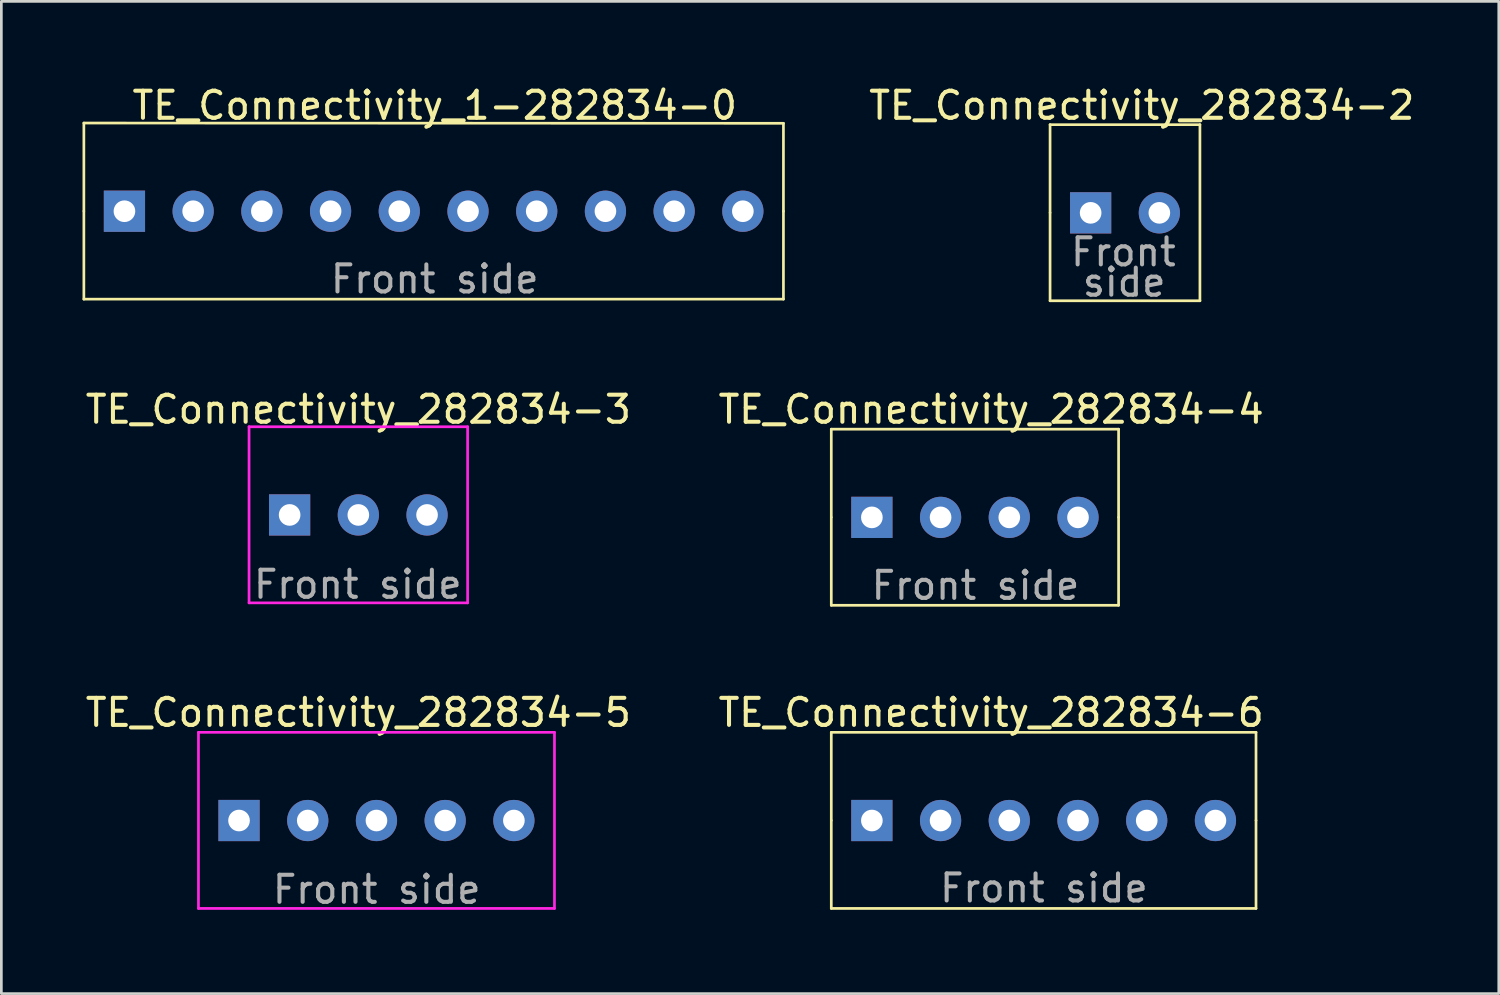
<source format=kicad_pcb>
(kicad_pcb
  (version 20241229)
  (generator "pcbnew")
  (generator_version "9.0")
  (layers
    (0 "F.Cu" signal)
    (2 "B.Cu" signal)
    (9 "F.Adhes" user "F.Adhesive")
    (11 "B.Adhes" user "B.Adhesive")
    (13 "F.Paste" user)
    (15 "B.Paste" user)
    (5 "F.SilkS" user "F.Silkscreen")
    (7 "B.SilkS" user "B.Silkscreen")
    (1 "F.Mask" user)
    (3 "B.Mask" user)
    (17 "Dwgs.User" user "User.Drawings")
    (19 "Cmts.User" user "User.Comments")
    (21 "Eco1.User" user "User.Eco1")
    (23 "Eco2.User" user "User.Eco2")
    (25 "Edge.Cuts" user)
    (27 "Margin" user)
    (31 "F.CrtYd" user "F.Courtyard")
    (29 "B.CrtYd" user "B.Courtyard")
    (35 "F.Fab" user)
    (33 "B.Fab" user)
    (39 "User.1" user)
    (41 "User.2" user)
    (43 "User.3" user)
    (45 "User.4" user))
  (footprint "TE_Connectivity_282834-5"
    (layer "F.Cu")
    (at 5.786 27.281)
    (property "Reference" "TE_Connectivity_282834-5" (at 4.41 -3.99 0) (layer "F.SilkS") (effects (font (size 1 1) (thickness 0.15))))
    (attr through_hole)
    (fp_line (start -1.5 -3.26) (end -1.5 3.25) (stroke (width 0.1) (type solid)) (layer "F.CrtYd"))
    (fp_line (start -1.5 3.25) (end 11.66 3.25) (stroke (width 0.1) (type solid)) (layer "F.CrtYd"))
    (fp_line (start 11.66 -3.26) (end -1.5 -3.26) (stroke (width 0.1) (type solid)) (layer "F.CrtYd"))
    (fp_line (start 11.66 3.25) (end 11.66 -3.26) (stroke (width 0.1) (type solid)) (layer "F.CrtYd"))
    (fp_text user "Front side" (at 5.09 2.55 0) (layer "F.Fab") (effects (font (size 1 1) (thickness 0.15))))
    (pad "1" thru_hole rect (at 0 0) (size 1.524 1.524) (drill 0.8) (layers "*.Cu" "*.Mask"))
    (pad "2" thru_hole circle (at 2.54 0) (size 1.524 1.524) (drill 0.8) (layers "*.Cu" "*.Mask"))
    (pad "3" thru_hole circle (at 5.08 0) (size 1.524 1.524) (drill 0.8) (layers "*.Cu" "*.Mask"))
    (pad "4" thru_hole circle (at 7.62 0) (size 1.524 1.524) (drill 0.8) (layers "*.Cu" "*.Mask"))
    (pad "5" thru_hole circle (at 10.16 0) (size 1.524 1.524) (drill 0.8) (layers "*.Cu" "*.Mask")))
  (footprint "TE_Connectivity_1-282834-0"
    (layer "F.Cu")
    (at 1.55 4.758)
    (property "Reference" "TE_Connectivity_1-282834-0" (at 11.47 -3.91 0) (layer "F.SilkS") (effects (font (size 1 1) (thickness 0.15))))
    (attr through_hole)
    (fp_line (start -1.5 -3.26) (end -1.5 -0.01) (stroke (width 0.1) (type solid)) (layer "F.SilkS"))
    (fp_line (start -1.5 0) (end -1.5 3.25) (stroke (width 0.1) (type solid)) (layer "F.SilkS"))
    (fp_line (start -1.5 3.25) (end 24.36 3.25) (stroke (width 0.1) (type solid)) (layer "F.SilkS"))
    (fp_line (start 24.36 -3.25) (end -1.5 -3.26) (stroke (width 0.1) (type solid)) (layer "F.SilkS"))
    (fp_line (start 24.36 0) (end 24.36 -3.25) (stroke (width 0.1) (type solid)) (layer "F.SilkS"))
    (fp_line (start 24.36 3.25) (end 24.36 0) (stroke (width 0.1) (type solid)) (layer "F.SilkS"))
    (fp_text user "Front side" (at 11.47 2.51 0) (layer "F.Fab") (effects (font (size 1 1) (thickness 0.15))))
    (pad "1" thru_hole rect (at 0 0) (size 1.524 1.524) (drill 0.8) (layers "*.Cu" "*.Mask"))
    (pad "2" thru_hole circle (at 2.54 0) (size 1.524 1.524) (drill 0.8) (layers "*.Cu" "*.Mask"))
    (pad "3" thru_hole circle (at 5.08 0) (size 1.524 1.524) (drill 0.8) (layers "*.Cu" "*.Mask"))
    (pad "4" thru_hole circle (at 7.62 0) (size 1.524 1.524) (drill 0.8) (layers "*.Cu" "*.Mask"))
    (pad "5" thru_hole circle (at 10.16 0) (size 1.524 1.524) (drill 0.8) (layers "*.Cu" "*.Mask"))
    (pad "6" thru_hole circle (at 12.7 0) (size 1.524 1.524) (drill 0.8) (layers "*.Cu" "*.Mask"))
    (pad "7" thru_hole circle (at 15.24 0) (size 1.524 1.524) (drill 0.8) (layers "*.Cu" "*.Mask"))
    (pad "8" thru_hole circle (at 17.78 0) (size 1.524 1.524) (drill 0.8) (layers "*.Cu" "*.Mask"))
    (pad "9" thru_hole circle (at 20.32 0) (size 1.524 1.524) (drill 0.8) (layers "*.Cu" "*.Mask"))
    (pad "10" thru_hole circle (at 22.86 0) (size 1.524 1.524) (drill 0.8) (layers "*.Cu" "*.Mask")))
  (footprint "TE_Connectivity_282834-6"
    (layer "F.Cu")
    (at 29.179 27.281)
    (property "Reference" "TE_Connectivity_282834-6" (at 4.41 -3.99 0) (layer "F.SilkS") (effects (font (size 1 1) (thickness 0.15))))
    (attr through_hole)
    (fp_line (start -1.5 -3.26) (end -1.5 -0.01) (stroke (width 0.1) (type solid)) (layer "F.SilkS"))
    (fp_line (start -1.5 0) (end -1.5 3.25) (stroke (width 0.1) (type solid)) (layer "F.SilkS"))
    (fp_line (start -1.5 3.25) (end 14.2 3.25) (stroke (width 0.1) (type solid)) (layer "F.SilkS"))
    (fp_line (start 14.2 -3.26) (end -1.5 -3.26) (stroke (width 0.1) (type solid)) (layer "F.SilkS"))
    (fp_line (start 14.2 -0.01) (end 14.2 -3.26) (stroke (width 0.1) (type solid)) (layer "F.SilkS"))
    (fp_line (start 14.2 3.25) (end 14.2 0) (stroke (width 0.1) (type solid)) (layer "F.SilkS"))
    (fp_text user "Front side" (at 6.36 2.5 0) (layer "F.Fab") (effects (font (size 1 1) (thickness 0.15))))
    (pad "1" thru_hole rect (at 0 0) (size 1.524 1.524) (drill 0.8) (layers "*.Cu" "*.Mask"))
    (pad "2" thru_hole circle (at 2.54 0) (size 1.524 1.524) (drill 0.8) (layers "*.Cu" "*.Mask"))
    (pad "3" thru_hole circle (at 5.08 0) (size 1.524 1.524) (drill 0.8) (layers "*.Cu" "*.Mask"))
    (pad "4" thru_hole circle (at 7.62 0) (size 1.524 1.524) (drill 0.8) (layers "*.Cu" "*.Mask"))
    (pad "5" thru_hole circle (at 10.16 0) (size 1.524 1.524) (drill 0.8) (layers "*.Cu" "*.Mask"))
    (pad "6" thru_hole circle (at 12.7 0) (size 1.524 1.524) (drill 0.8) (layers "*.Cu" "*.Mask")))
  (footprint "TE_Connectivity_282834-3"
    (layer "F.Cu")
    (at 7.656 15.985)
    (property "Reference" "TE_Connectivity_282834-3" (at 2.54 -3.9 0) (layer "F.SilkS") (effects (font (size 1 1) (thickness 0.15))))
    (attr through_hole)
    (fp_line (start -1.5 -3.26) (end -1.5 3.25) (stroke (width 0.1) (type solid)) (layer "F.CrtYd"))
    (fp_line (start -1.5 3.25) (end 6.58 3.25) (stroke (width 0.1) (type solid)) (layer "F.CrtYd"))
    (fp_line (start 6.58 -3.26) (end -1.5 -3.26) (stroke (width 0.1) (type solid)) (layer "F.CrtYd"))
    (fp_line (start 6.58 3.25) (end 6.58 -3.26) (stroke (width 0.1) (type solid)) (layer "F.CrtYd"))
    (fp_text user "Front side" (at 2.52 2.57 0) (layer "F.Fab") (effects (font (size 1 1) (thickness 0.15))))
    (pad "1" thru_hole rect (at 0 0) (size 1.524 1.524) (drill 0.8) (layers "*.Cu" "*.Mask"))
    (pad "2" thru_hole circle (at 2.54 0) (size 1.524 1.524) (drill 0.8) (layers "*.Cu" "*.Mask"))
    (pad "3" thru_hole circle (at 5.08 0) (size 1.524 1.524) (drill 0.8) (layers "*.Cu" "*.Mask")))
  (footprint "TE_Connectivity_282834-4"
    (layer "F.Cu")
    (at 29.179 16.075)
    (property "Reference" "TE_Connectivity_282834-4" (at 4.41 -3.99 0) (layer "F.SilkS") (effects (font (size 1 1) (thickness 0.15))))
    (attr through_hole)
    (fp_line (start -1.5 -3.26) (end -1.5 -0.01) (stroke (width 0.1) (type solid)) (layer "F.SilkS"))
    (fp_line (start -1.5 0) (end -1.5 3.25) (stroke (width 0.1) (type solid)) (layer "F.SilkS"))
    (fp_line (start -1.5 3.25) (end 9.12 3.25) (stroke (width 0.1) (type solid)) (layer "F.SilkS"))
    (fp_line (start 9.12 -3.26) (end -1.5 -3.26) (stroke (width 0.1) (type solid)) (layer "F.SilkS"))
    (fp_line (start 9.12 -0.01) (end 9.12 -3.26) (stroke (width 0.1) (type solid)) (layer "F.SilkS"))
    (fp_line (start 9.12 3.25) (end 9.12 0) (stroke (width 0.1) (type solid)) (layer "F.SilkS"))
    (fp_text user "Front side" (at 3.83 2.52 0) (layer "F.Fab") (effects (font (size 1 1) (thickness 0.15))))
    (pad "1" thru_hole rect (at 0 0) (size 1.524 1.524) (drill 0.8) (layers "*.Cu" "*.Mask"))
    (pad "2" thru_hole circle (at 2.54 0) (size 1.524 1.524) (drill 0.8) (layers "*.Cu" "*.Mask"))
    (pad "3" thru_hole circle (at 5.08 0) (size 1.524 1.524) (drill 0.8) (layers "*.Cu" "*.Mask"))
    (pad "4" thru_hole circle (at 7.62 0) (size 1.524 1.524) (drill 0.8) (layers "*.Cu" "*.Mask")))
  (footprint "TE_Connectivity_282834-2"
    (layer "F.Cu")
    (at 37.266 4.818)
    (property "Reference" "TE_Connectivity_282834-2" (at 1.89 -3.97 0) (layer "F.SilkS") (effects (font (size 1 1) (thickness 0.15))))
    (attr through_hole)
    (fp_line (start -1.5 -3.26) (end -1.5 -0.01) (stroke (width 0.1) (type solid)) (layer "F.SilkS"))
    (fp_line (start -1.5 0) (end -1.5 3.25) (stroke (width 0.1) (type solid)) (layer "F.SilkS"))
    (fp_line (start -1.5 3.25) (end 4.04 3.25) (stroke (width 0.1) (type solid)) (layer "F.SilkS"))
    (fp_line (start 4.04 -3.26) (end -1.5 -3.26) (stroke (width 0.1) (type solid)) (layer "F.SilkS"))
    (fp_line (start 4.04 3.25) (end 4.04 -3.26) (stroke (width 0.1) (type solid)) (layer "F.SilkS"))
    (fp_text user "Front" (at 1.21 1.45 0) (layer "F.Fab") (effects (font (size 1 1) (thickness 0.15))))
    (fp_text user "side" (at 1.24 2.57 0) (layer "F.Fab") (effects (font (size 1 1) (thickness 0.15))))
    (pad "1" thru_hole rect (at 0 0) (size 1.524 1.524) (drill 0.8) (layers "*.Cu" "*.Mask"))
    (pad "2" thru_hole circle (at 2.54 0) (size 1.524 1.524) (drill 0.8) (layers "*.Cu" "*.Mask")))
  (gr_rect
    (start -3 -3)
    (end 52.353 33.679)
    (stroke (width 0.1) (type default))
    (fill no)
    (layer "Edge.Cuts")))
</source>
